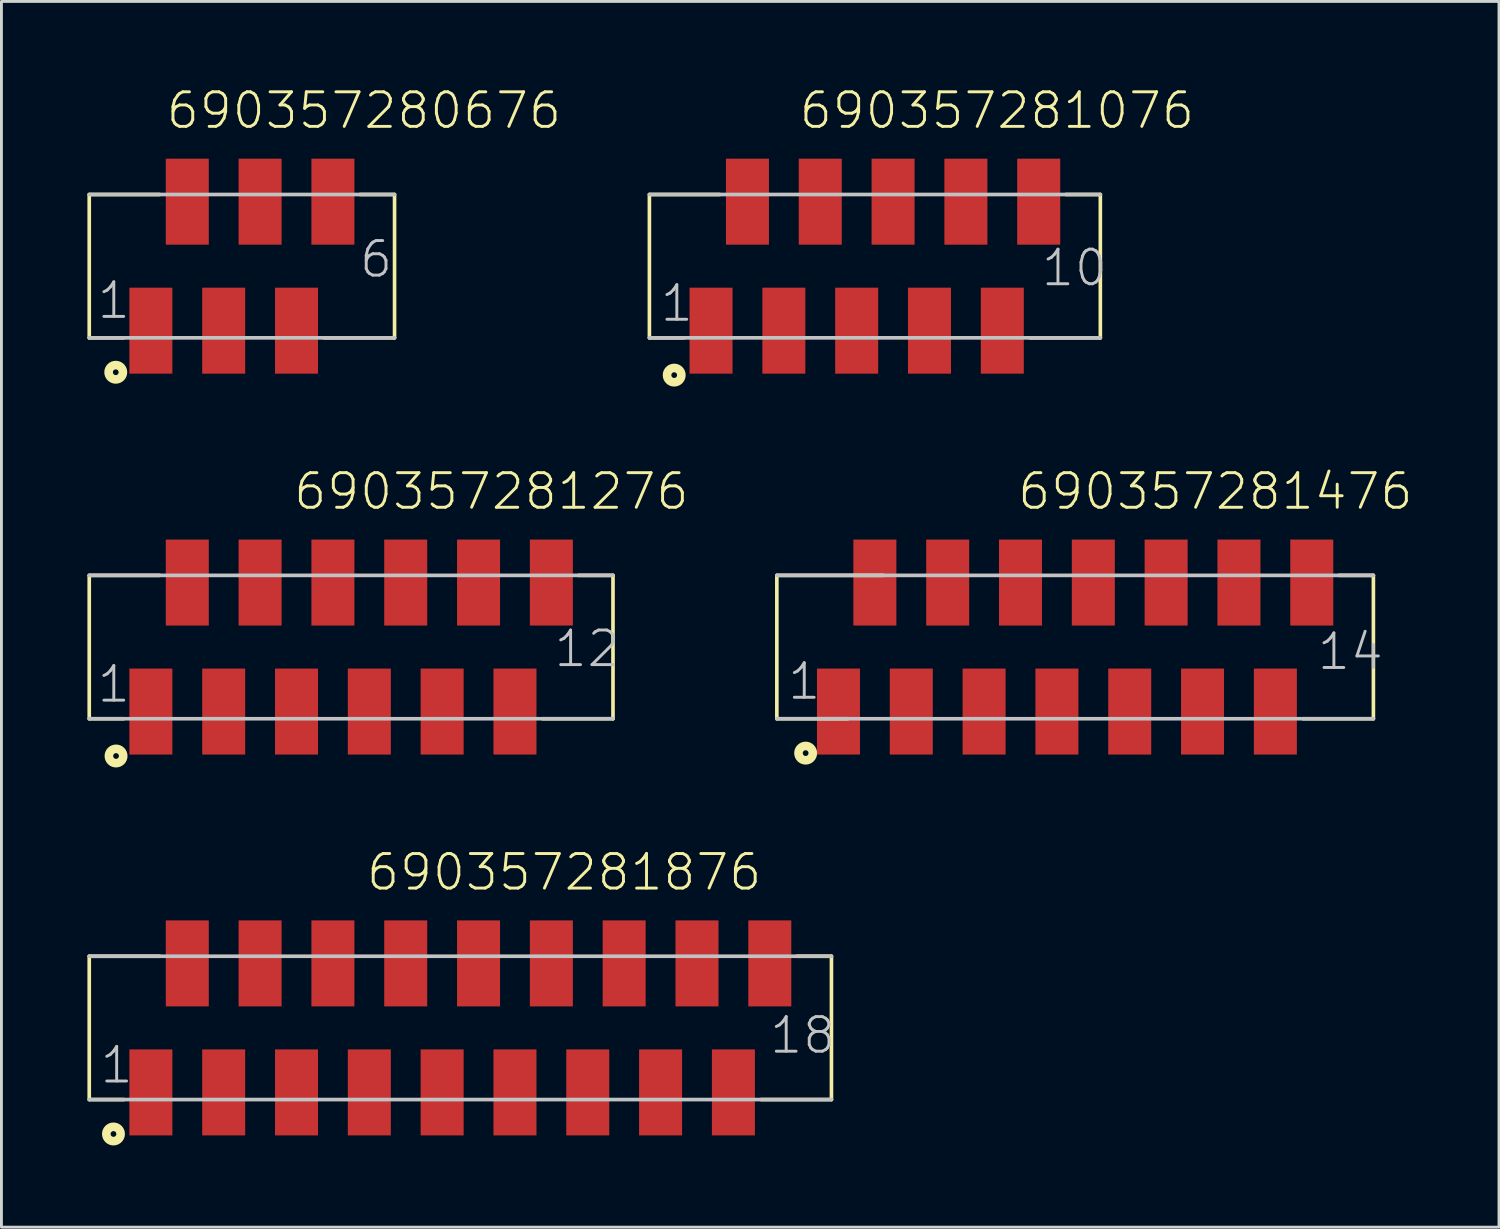
<source format=kicad_pcb>
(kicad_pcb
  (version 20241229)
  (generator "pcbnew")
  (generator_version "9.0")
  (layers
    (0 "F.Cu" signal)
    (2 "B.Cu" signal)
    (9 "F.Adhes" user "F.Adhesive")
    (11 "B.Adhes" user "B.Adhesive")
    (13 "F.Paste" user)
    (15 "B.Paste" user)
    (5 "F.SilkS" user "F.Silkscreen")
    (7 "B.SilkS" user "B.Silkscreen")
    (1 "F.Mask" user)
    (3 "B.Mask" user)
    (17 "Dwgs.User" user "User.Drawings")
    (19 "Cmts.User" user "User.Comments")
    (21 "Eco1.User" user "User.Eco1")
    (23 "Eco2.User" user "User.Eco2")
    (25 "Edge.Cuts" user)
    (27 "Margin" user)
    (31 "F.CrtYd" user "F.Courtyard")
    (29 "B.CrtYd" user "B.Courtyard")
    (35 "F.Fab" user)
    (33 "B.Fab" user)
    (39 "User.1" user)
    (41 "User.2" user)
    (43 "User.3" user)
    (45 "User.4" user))
  (footprint "690357281076"
    (layer "F.Cu")
    (at 27.468 6.235)
    (property "Reference" "690357281076" (at -2.701 -4.724 0) (layer "F.SilkS") (effects (font (size 1.206 1.206) (thickness 0.102)) (justify left bottom)))
    (attr through_hole)
    (fp_line (start -7.865 -2.5) (end -7.865 2.5) (stroke (width 0.127) (type solid)) (layer "F.SilkS"))
    (fp_line (start -6.66 2.5) (end -7.86 2.5) (stroke (width 0.127) (type solid)) (layer "F.SilkS"))
    (fp_line (start -5.41 -2.5) (end -7.86 -2.5) (stroke (width 0.127) (type solid)) (layer "F.SilkS"))
    (fp_line (start 5.41 2.5) (end 7.865 2.5) (stroke (width 0.127) (type solid)) (layer "F.SilkS"))
    (fp_line (start 6.66 -2.5) (end 7.865 -2.5) (stroke (width 0.127) (type solid)) (layer "F.SilkS"))
    (fp_line (start 7.865 2.5) (end 7.865 -2.5) (stroke (width 0.127) (type solid)) (layer "F.SilkS"))
    (fp_circle (center -7 3.8) (end -6.9 3.8) (stroke (width 0.3) (type solid)) (fill no) (layer "F.SilkS"))
    (fp_line (start -7.865 2.5) (end 7.865 2.5) (stroke (width 0.127) (type solid)) (layer "Dwgs.User"))
    (fp_line (start 7.865 -2.5) (end -7.865 -2.5) (stroke (width 0.127) (type solid)) (layer "Dwgs.User"))
    (fp_text user "10" (at 5.745 0.765 0) (layer "Dwgs.User") (effects (font (size 1.206 1.206) (thickness 0.102)) (justify left bottom)))
    (fp_text user "1" (at -7.55 2.005 0) (layer "Dwgs.User") (effects (font (size 1.206 1.206) (thickness 0.102)) (justify left bottom)))
    (pad "1" smd rect (at -5.715 2.25 180) (size 1.5 3) (layers "F.Cu" "F.Mask" "F.Paste"))
    (pad "2" smd rect (at -4.445 -2.25 180) (size 1.5 3) (layers "F.Cu" "F.Mask" "F.Paste"))
    (pad "3" smd rect (at -3.175 2.25 180) (size 1.5 3) (layers "F.Cu" "F.Mask" "F.Paste"))
    (pad "4" smd rect (at -1.905 -2.25 180) (size 1.5 3) (layers "F.Cu" "F.Mask" "F.Paste"))
    (pad "5" smd rect (at -0.635 2.25 180) (size 1.5 3) (layers "F.Cu" "F.Mask" "F.Paste"))
    (pad "6" smd rect (at 0.635 -2.25 180) (size 1.5 3) (layers "F.Cu" "F.Mask" "F.Paste"))
    (pad "7" smd rect (at 1.905 2.25 180) (size 1.5 3) (layers "F.Cu" "F.Mask" "F.Paste"))
    (pad "8" smd rect (at 3.175 -2.25 180) (size 1.5 3) (layers "F.Cu" "F.Mask" "F.Paste"))
    (pad "9" smd rect (at 4.445 2.25 180) (size 1.5 3) (layers "F.Cu" "F.Mask" "F.Paste"))
    (pad "10" smd rect (at 5.715 -2.25 180) (size 1.5 3) (layers "F.Cu" "F.Mask" "F.Paste")))
  (footprint "690357281276"
    (layer "F.Cu")
    (at 9.198 19.521)
    (property "Reference" "690357281276" (at -2.066 -4.724 0) (layer "F.SilkS") (effects (font (size 1.206 1.206) (thickness 0.102)) (justify left bottom)))
    (attr through_hole)
    (fp_line (start -9.135 -2.5) (end -9.135 2.5) (stroke (width 0.127) (type solid)) (layer "F.SilkS"))
    (fp_line (start -7.93 2.5) (end -9.13 2.5) (stroke (width 0.127) (type solid)) (layer "F.SilkS"))
    (fp_line (start -6.68 -2.5) (end -9.13 -2.5) (stroke (width 0.127) (type solid)) (layer "F.SilkS"))
    (fp_line (start 6.68 2.5) (end 9.135 2.5) (stroke (width 0.127) (type solid)) (layer "F.SilkS"))
    (fp_line (start 7.93 -2.5) (end 9.135 -2.5) (stroke (width 0.127) (type solid)) (layer "F.SilkS"))
    (fp_line (start 9.135 2.5) (end 9.135 -2.5) (stroke (width 0.127) (type solid)) (layer "F.SilkS"))
    (fp_circle (center -8.2 3.8) (end -8.1 3.8) (stroke (width 0.3) (type solid)) (fill no) (layer "F.SilkS"))
    (fp_line (start -9.135 2.5) (end 9.135 2.5) (stroke (width 0.127) (type solid)) (layer "Dwgs.User"))
    (fp_line (start 9.135 -2.5) (end -9.135 -2.5) (stroke (width 0.127) (type solid)) (layer "Dwgs.User"))
    (fp_text user "12" (at 7.015 0.765 0) (layer "Dwgs.User") (effects (font (size 1.206 1.206) (thickness 0.102)) (justify left bottom)))
    (fp_text user "1" (at -8.92 2.005 0) (layer "Dwgs.User") (effects (font (size 1.206 1.206) (thickness 0.102)) (justify left bottom)))
    (pad "1" smd rect (at -6.985 2.25 180) (size 1.5 3) (layers "F.Cu" "F.Mask" "F.Paste"))
    (pad "2" smd rect (at -5.715 -2.25 180) (size 1.5 3) (layers "F.Cu" "F.Mask" "F.Paste"))
    (pad "3" smd rect (at -4.445 2.25 180) (size 1.5 3) (layers "F.Cu" "F.Mask" "F.Paste"))
    (pad "4" smd rect (at -3.175 -2.25 180) (size 1.5 3) (layers "F.Cu" "F.Mask" "F.Paste"))
    (pad "5" smd rect (at -1.905 2.25 180) (size 1.5 3) (layers "F.Cu" "F.Mask" "F.Paste"))
    (pad "6" smd rect (at -0.635 -2.25 180) (size 1.5 3) (layers "F.Cu" "F.Mask" "F.Paste"))
    (pad "7" smd rect (at 0.635 2.25 180) (size 1.5 3) (layers "F.Cu" "F.Mask" "F.Paste"))
    (pad "8" smd rect (at 1.905 -2.25 180) (size 1.5 3) (layers "F.Cu" "F.Mask" "F.Paste"))
    (pad "9" smd rect (at 3.175 2.25 180) (size 1.5 3) (layers "F.Cu" "F.Mask" "F.Paste"))
    (pad "10" smd rect (at 4.445 -2.25 180) (size 1.5 3) (layers "F.Cu" "F.Mask" "F.Paste"))
    (pad "11" smd rect (at 5.715 2.25 180) (size 1.5 3) (layers "F.Cu" "F.Mask" "F.Paste"))
    (pad "12" smd rect (at 6.985 -2.25 180) (size 1.5 3) (layers "F.Cu" "F.Mask" "F.Paste")))
  (footprint "690357280676"
    (layer "F.Cu")
    (at 5.388 6.235)
    (property "Reference" "690357280676" (at -2.701 -4.724 0) (layer "F.SilkS") (effects (font (size 1.206 1.206) (thickness 0.102)) (justify left bottom)))
    (attr through_hole)
    (fp_line (start -5.325 -2.5) (end -5.325 2.5) (stroke (width 0.127) (type solid)) (layer "F.SilkS"))
    (fp_line (start -4.12 2.5) (end -5.32 2.5) (stroke (width 0.127) (type solid)) (layer "F.SilkS"))
    (fp_line (start -2.87 -2.5) (end -5.32 -2.5) (stroke (width 0.127) (type solid)) (layer "F.SilkS"))
    (fp_line (start 2.87 2.5) (end 5.32 2.5) (stroke (width 0.127) (type solid)) (layer "F.SilkS"))
    (fp_line (start 4.12 -2.5) (end 5.32 -2.5) (stroke (width 0.127) (type solid)) (layer "F.SilkS"))
    (fp_line (start 5.325 2.5) (end 5.325 -2.5) (stroke (width 0.127) (type solid)) (layer "F.SilkS"))
    (fp_circle (center -4.4 3.7) (end -4.3 3.7) (stroke (width 0.3) (type solid)) (fill no) (layer "F.SilkS"))
    (fp_line (start -5.325 2.5) (end 5.325 2.5) (stroke (width 0.127) (type solid)) (layer "Dwgs.User"))
    (fp_line (start 5.325 -2.5) (end -5.325 -2.5) (stroke (width 0.127) (type solid)) (layer "Dwgs.User"))
    (fp_text user "6" (at 4.04 0.465 0) (layer "Dwgs.User") (effects (font (size 1.206 1.206) (thickness 0.102)) (justify left bottom)))
    (fp_text user "1" (at -5.11 1.905 0) (layer "Dwgs.User") (effects (font (size 1.206 1.206) (thickness 0.102)) (justify left bottom)))
    (pad "1" smd rect (at -3.175 2.25 180) (size 1.5 3) (layers "F.Cu" "F.Mask" "F.Paste"))
    (pad "2" smd rect (at -1.905 -2.25 180) (size 1.5 3) (layers "F.Cu" "F.Mask" "F.Paste"))
    (pad "3" smd rect (at -0.635 2.25 180) (size 1.5 3) (layers "F.Cu" "F.Mask" "F.Paste"))
    (pad "4" smd rect (at 0.635 -2.25 180) (size 1.5 3) (layers "F.Cu" "F.Mask" "F.Paste"))
    (pad "5" smd rect (at 1.905 2.25 180) (size 1.5 3) (layers "F.Cu" "F.Mask" "F.Paste"))
    (pad "6" smd rect (at 3.175 -2.25 180) (size 1.5 3) (layers "F.Cu" "F.Mask" "F.Paste")))
  (footprint "690357281876"
    (layer "F.Cu")
    (at 13.008 32.806)
    (property "Reference" "690357281876" (at -3.336 -4.724 0) (layer "F.SilkS") (effects (font (size 1.206 1.206) (thickness 0.102)) (justify left bottom)))
    (attr through_hole)
    (fp_line (start -12.945 -2.5) (end -12.945 2.5) (stroke (width 0.127) (type solid)) (layer "F.SilkS"))
    (fp_line (start -11.74 2.5) (end -12.94 2.5) (stroke (width 0.127) (type solid)) (layer "F.SilkS"))
    (fp_line (start -10.49 -2.5) (end -12.94 -2.5) (stroke (width 0.127) (type solid)) (layer "F.SilkS"))
    (fp_line (start 10.49 2.5) (end 12.945 2.5) (stroke (width 0.127) (type solid)) (layer "F.SilkS"))
    (fp_line (start 11.74 -2.5) (end 12.945 -2.5) (stroke (width 0.127) (type solid)) (layer "F.SilkS"))
    (fp_line (start 12.945 2.5) (end 12.945 -2.5) (stroke (width 0.127) (type solid)) (layer "F.SilkS"))
    (fp_circle (center -12.1 3.7) (end -12 3.7) (stroke (width 0.3) (type solid)) (fill no) (layer "F.SilkS"))
    (fp_line (start -12.945 2.5) (end 12.945 2.5) (stroke (width 0.127) (type solid)) (layer "Dwgs.User"))
    (fp_line (start 12.945 -2.5) (end -12.945 -2.5) (stroke (width 0.127) (type solid)) (layer "Dwgs.User"))
    (fp_text user "1" (at -12.63 2.005 0) (layer "Dwgs.User") (effects (font (size 1.206 1.206) (thickness 0.102)) (justify left bottom)))
    (fp_text user "18" (at 10.725 0.965 0) (layer "Dwgs.User") (effects (font (size 1.206 1.206) (thickness 0.102)) (justify left bottom)))
    (pad "1" smd rect (at -10.795 2.25 180) (size 1.5 3) (layers "F.Cu" "F.Mask" "F.Paste"))
    (pad "2" smd rect (at -9.525 -2.25 180) (size 1.5 3) (layers "F.Cu" "F.Mask" "F.Paste"))
    (pad "3" smd rect (at -8.255 2.25 180) (size 1.5 3) (layers "F.Cu" "F.Mask" "F.Paste"))
    (pad "4" smd rect (at -6.985 -2.25 180) (size 1.5 3) (layers "F.Cu" "F.Mask" "F.Paste"))
    (pad "5" smd rect (at -5.715 2.25 180) (size 1.5 3) (layers "F.Cu" "F.Mask" "F.Paste"))
    (pad "6" smd rect (at -4.445 -2.25 180) (size 1.5 3) (layers "F.Cu" "F.Mask" "F.Paste"))
    (pad "7" smd rect (at -3.175 2.25 180) (size 1.5 3) (layers "F.Cu" "F.Mask" "F.Paste"))
    (pad "8" smd rect (at -1.905 -2.25 180) (size 1.5 3) (layers "F.Cu" "F.Mask" "F.Paste"))
    (pad "9" smd rect (at -0.635 2.25 180) (size 1.5 3) (layers "F.Cu" "F.Mask" "F.Paste"))
    (pad "10" smd rect (at 0.635 -2.25 180) (size 1.5 3) (layers "F.Cu" "F.Mask" "F.Paste"))
    (pad "11" smd rect (at 1.905 2.25 180) (size 1.5 3) (layers "F.Cu" "F.Mask" "F.Paste"))
    (pad "12" smd rect (at 3.175 -2.25 180) (size 1.5 3) (layers "F.Cu" "F.Mask" "F.Paste"))
    (pad "13" smd rect (at 4.445 2.25 180) (size 1.5 3) (layers "F.Cu" "F.Mask" "F.Paste"))
    (pad "14" smd rect (at 5.715 -2.25 180) (size 1.5 3) (layers "F.Cu" "F.Mask" "F.Paste"))
    (pad "15" smd rect (at 6.985 2.25 180) (size 1.5 3) (layers "F.Cu" "F.Mask" "F.Paste"))
    (pad "16" smd rect (at 8.255 -2.25 180) (size 1.5 3) (layers "F.Cu" "F.Mask" "F.Paste"))
    (pad "17" smd rect (at 9.525 2.25 180) (size 1.5 3) (layers "F.Cu" "F.Mask" "F.Paste"))
    (pad "18" smd rect (at 10.795 -2.25 180) (size 1.5 3) (layers "F.Cu" "F.Mask" "F.Paste")))
  (footprint "690357281476"
    (layer "F.Cu")
    (at 34.453 19.521)
    (property "Reference" "690357281476" (at -2.066 -4.724 0) (layer "F.SilkS") (effects (font (size 1.206 1.206) (thickness 0.102)) (justify left bottom)))
    (attr through_hole)
    (fp_line (start -10.405 -2.5) (end -10.405 2.5) (stroke (width 0.127) (type solid)) (layer "F.SilkS"))
    (fp_line (start -7.93 2.5) (end -10.4 2.5) (stroke (width 0.127) (type solid)) (layer "F.SilkS"))
    (fp_line (start -6.68 -2.5) (end -10.4 -2.5) (stroke (width 0.127) (type solid)) (layer "F.SilkS"))
    (fp_line (start 7.95 2.5) (end 10.405 2.5) (stroke (width 0.127) (type solid)) (layer "F.SilkS"))
    (fp_line (start 9.2 -2.5) (end 10.405 -2.5) (stroke (width 0.127) (type solid)) (layer "F.SilkS"))
    (fp_line (start 10.405 2.5) (end 10.405 -2.5) (stroke (width 0.127) (type solid)) (layer "F.SilkS"))
    (fp_circle (center -9.4 3.7) (end -9.3 3.7) (stroke (width 0.3) (type solid)) (fill no) (layer "F.SilkS"))
    (fp_line (start -10.405 2.5) (end 10.405 2.5) (stroke (width 0.127) (type solid)) (layer "Dwgs.User"))
    (fp_line (start 10.405 -2.5) (end -10.405 -2.5) (stroke (width 0.127) (type solid)) (layer "Dwgs.User"))
    (fp_text user "14" (at 8.385 0.865 0) (layer "Dwgs.User") (effects (font (size 1.206 1.206) (thickness 0.102)) (justify left bottom)))
    (fp_text user "1" (at -10.09 1.905 0) (layer "Dwgs.User") (effects (font (size 1.206 1.206) (thickness 0.102)) (justify left bottom)))
    (pad "1" smd rect (at -8.255 2.25 180) (size 1.5 3) (layers "F.Cu" "F.Mask" "F.Paste"))
    (pad "2" smd rect (at -6.985 -2.25 180) (size 1.5 3) (layers "F.Cu" "F.Mask" "F.Paste"))
    (pad "3" smd rect (at -5.715 2.25 180) (size 1.5 3) (layers "F.Cu" "F.Mask" "F.Paste"))
    (pad "4" smd rect (at -4.445 -2.25 180) (size 1.5 3) (layers "F.Cu" "F.Mask" "F.Paste"))
    (pad "5" smd rect (at -3.175 2.25 180) (size 1.5 3) (layers "F.Cu" "F.Mask" "F.Paste"))
    (pad "6" smd rect (at -1.905 -2.25 180) (size 1.5 3) (layers "F.Cu" "F.Mask" "F.Paste"))
    (pad "7" smd rect (at -0.635 2.25 180) (size 1.5 3) (layers "F.Cu" "F.Mask" "F.Paste"))
    (pad "8" smd rect (at 0.635 -2.25 180) (size 1.5 3) (layers "F.Cu" "F.Mask" "F.Paste"))
    (pad "9" smd rect (at 1.905 2.25 180) (size 1.5 3) (layers "F.Cu" "F.Mask" "F.Paste"))
    (pad "10" smd rect (at 3.175 -2.25 180) (size 1.5 3) (layers "F.Cu" "F.Mask" "F.Paste"))
    (pad "11" smd rect (at 4.445 2.25 180) (size 1.5 3) (layers "F.Cu" "F.Mask" "F.Paste"))
    (pad "12" smd rect (at 5.715 -2.25 180) (size 1.5 3) (layers "F.Cu" "F.Mask" "F.Paste"))
    (pad "13" smd rect (at 6.985 2.25 180) (size 1.5 3) (layers "F.Cu" "F.Mask" "F.Paste"))
    (pad "14" smd rect (at 8.255 -2.25 180) (size 1.5 3) (layers "F.Cu" "F.Mask" "F.Paste")))
  (gr_rect
    (start -3 -3)
    (end 49.239 39.756)
    (stroke (width 0.1) (type default))
    (fill no)
    (layer "Edge.Cuts")))
</source>
